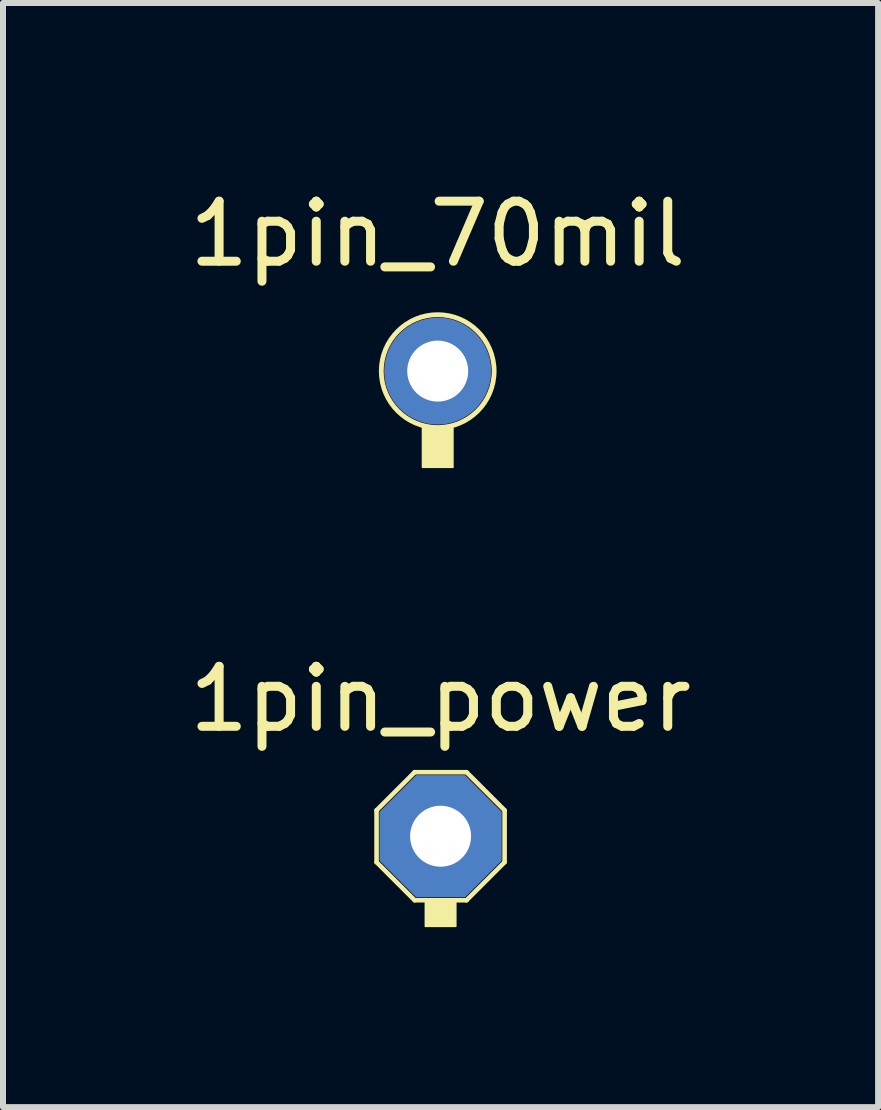
<source format=kicad_pcb>
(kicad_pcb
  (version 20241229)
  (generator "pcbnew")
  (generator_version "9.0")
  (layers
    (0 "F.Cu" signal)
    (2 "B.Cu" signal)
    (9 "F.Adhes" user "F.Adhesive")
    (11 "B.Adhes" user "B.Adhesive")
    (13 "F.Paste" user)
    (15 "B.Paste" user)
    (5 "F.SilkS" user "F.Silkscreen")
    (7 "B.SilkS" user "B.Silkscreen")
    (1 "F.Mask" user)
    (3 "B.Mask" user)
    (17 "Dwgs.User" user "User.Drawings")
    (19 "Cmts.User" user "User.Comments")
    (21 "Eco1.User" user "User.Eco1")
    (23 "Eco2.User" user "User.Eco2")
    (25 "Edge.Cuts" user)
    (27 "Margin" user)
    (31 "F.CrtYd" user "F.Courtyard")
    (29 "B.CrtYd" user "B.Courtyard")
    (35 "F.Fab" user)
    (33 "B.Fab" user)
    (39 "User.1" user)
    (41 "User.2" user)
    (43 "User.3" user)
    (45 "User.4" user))
  (footprint "1pin_70mil"
    (layer "F.Cu")
    (at 4.244 3.134)
    (property "Reference" "1pin_70mil" (at 0 -2.286 0) (layer "F.SilkS") (effects (font (size 1 1) (thickness 0.15))))
    (attr through_hole)
    (fp_rect (start -0.254 0.933) (end 0.254 1.604) (stroke (width 0.025) (type solid)) (fill yes) (layer "F.SilkS"))
    (fp_circle (center 0 0) (end 0.94 0.025) (stroke (width 0.08) (type solid)) (fill no) (layer "F.SilkS"))
    (pad "1" thru_hole circle (at 0 0) (size 1.778 1.778) (drill 1.016) (layers "*.Cu" "*.Mask")))
  (footprint "1pin_power"
    (layer "F.Cu")
    (at 4.292 10.885)
    (property "Reference" "1pin_power" (at 0 -2.286 0) (layer "F.SilkS") (effects (font (size 1 1) (thickness 0.15))))
    (attr through_hole)
    (fp_line (start -1.067 -0.432) (end -1.067 0.432) (stroke (width 0.076) (type default)) (layer "F.SilkS"))
    (fp_line (start -1.067 -0.432) (end -0.432 -1.067) (stroke (width 0.076) (type default)) (layer "F.SilkS"))
    (fp_line (start -1.067 0.432) (end -0.432 1.067) (stroke (width 0.076) (type default)) (layer "F.SilkS"))
    (fp_line (start -0.432 -1.067) (end 0.432 -1.067) (stroke (width 0.076) (type default)) (layer "F.SilkS"))
    (fp_line (start -0.432 1.067) (end 0.432 1.067) (stroke (width 0.076) (type default)) (layer "F.SilkS"))
    (fp_line (start 1.067 -0.432) (end 0.432 -1.067) (stroke (width 0.076) (type default)) (layer "F.SilkS"))
    (fp_line (start 1.067 -0.432) (end 1.067 0.432) (stroke (width 0.076) (type default)) (layer "F.SilkS"))
    (fp_line (start 1.067 0.432) (end 0.432 1.067) (stroke (width 0.076) (type default)) (layer "F.SilkS"))
    (fp_poly (pts (xy -0.254 1.06) (xy 0.254 1.06) (xy 0.254 1.502) (xy -0.254 1.502)) (stroke (width 0.025) (type solid)) (fill yes) (layer "F.SilkS"))
    (pad "1" thru_hole roundrect (at 0 0) (size 2.032 2.032) (drill 1.016) (layers "*.Cu" "*.Mask") (roundrect_rratio 0) (chamfer_ratio 0.3) (chamfer top_left top_right bottom_left bottom_right)))
  (gr_rect
    (start -3 -3)
    (end 11.583 15.399)
    (stroke (width 0.1) (type default))
    (fill no)
    (layer "Edge.Cuts")))
</source>
